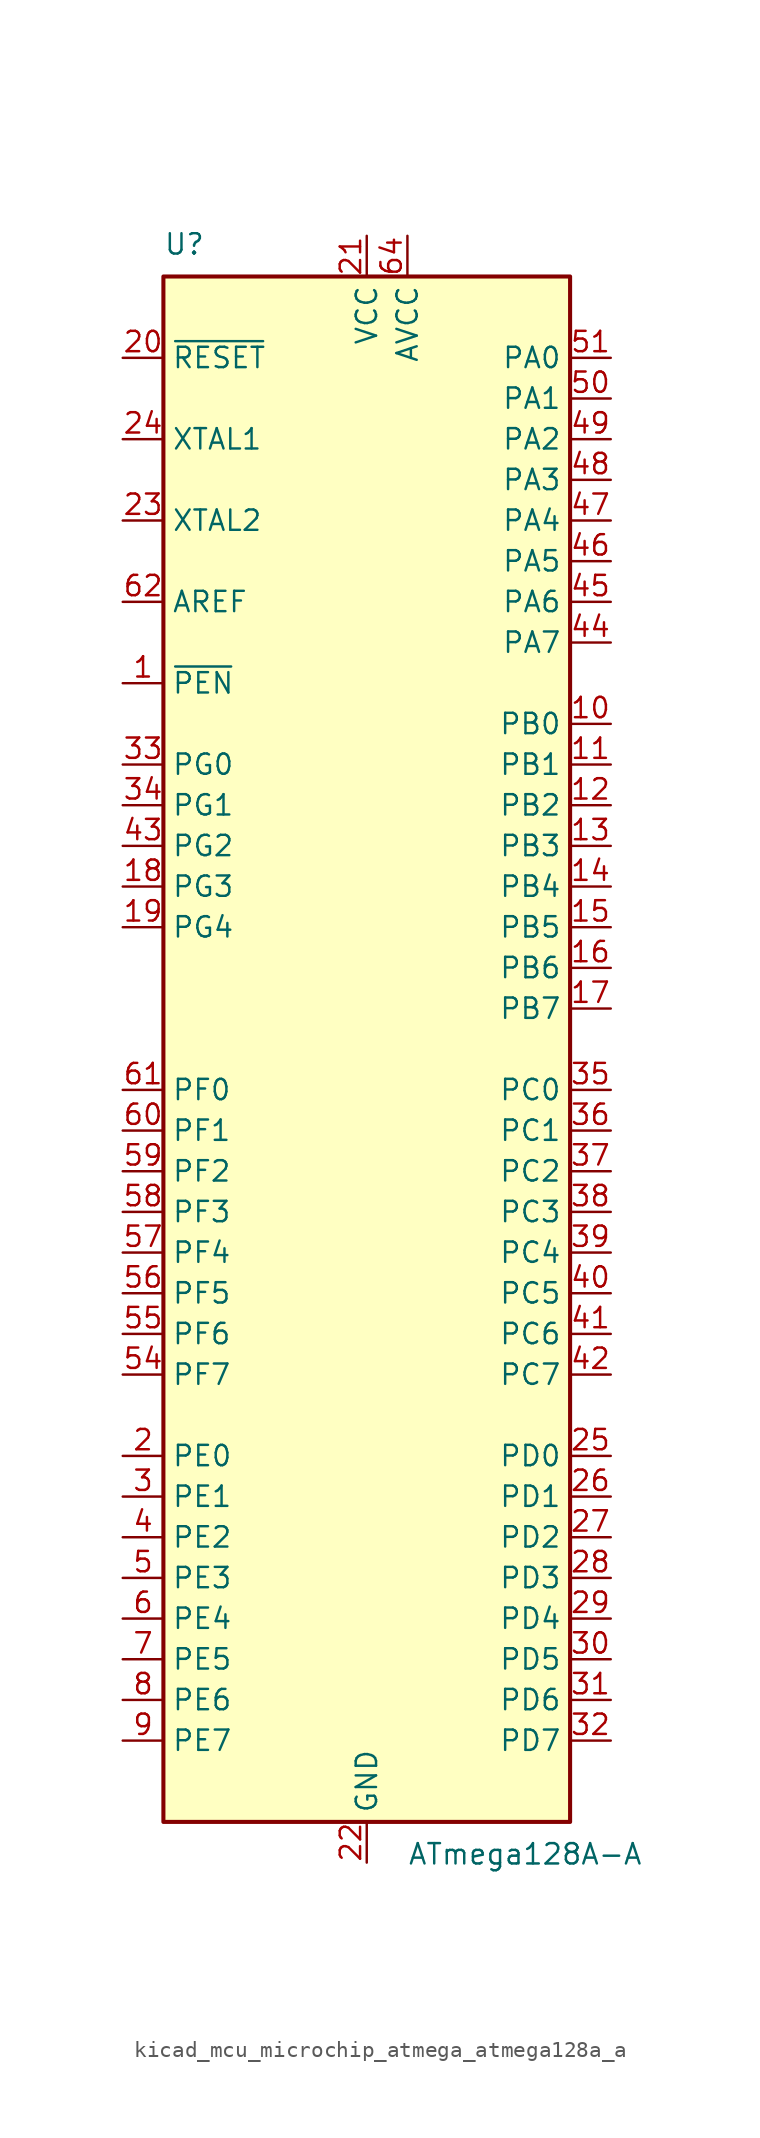
<source format=kicad_sym>
(kicad_symbol_lib
  (version 20220914)
  (generator kicad_symbol_editor)
  (symbol "kicad_mcu_microchip_atmega_atmega128a_a"
    (property "Reference" "U"
      (at -12.7 49.53 0)
      (effects (font (size 1.27 1.27)) (justify left bottom)))
    (property "Value" "ATmega128A-A"
      (at 2.54 -49.53 0)
      (effects (font (size 1.27 1.27)) (justify left top)))
    (symbol "kicad_mcu_microchip_atmega_atmega128a_a_0_1"
      (rectangle (start -12.7 -48.26) (end 12.7 48.26) (stroke (width 0.254) (type default)) (fill (type background))))
    (symbol "kicad_mcu_microchip_atmega_atmega128a_a_1_1"
      (pin input line (at -15.24 22.86 0) (length 2.54) (name "~{PEN}" (effects (font (size 1.27 1.27)))) (number "1" (effects (font (size 1.27 1.27)))))
      (pin bidirectional line (at 15.24 20.32 180) (length 2.54) (name "PB0" (effects (font (size 1.27 1.27)))) (number "10" (effects (font (size 1.27 1.27)))))
      (pin bidirectional line (at 15.24 17.78 180) (length 2.54) (name "PB1" (effects (font (size 1.27 1.27)))) (number "11" (effects (font (size 1.27 1.27)))))
      (pin bidirectional line (at 15.24 15.24 180) (length 2.54) (name "PB2" (effects (font (size 1.27 1.27)))) (number "12" (effects (font (size 1.27 1.27)))))
      (pin bidirectional line (at 15.24 12.7 180) (length 2.54) (name "PB3" (effects (font (size 1.27 1.27)))) (number "13" (effects (font (size 1.27 1.27)))))
      (pin bidirectional line (at 15.24 10.16 180) (length 2.54) (name "PB4" (effects (font (size 1.27 1.27)))) (number "14" (effects (font (size 1.27 1.27)))))
      (pin bidirectional line (at 15.24 7.62 180) (length 2.54) (name "PB5" (effects (font (size 1.27 1.27)))) (number "15" (effects (font (size 1.27 1.27)))))
      (pin bidirectional line (at 15.24 5.08 180) (length 2.54) (name "PB6" (effects (font (size 1.27 1.27)))) (number "16" (effects (font (size 1.27 1.27)))))
      (pin bidirectional line (at 15.24 2.54 180) (length 2.54) (name "PB7" (effects (font (size 1.27 1.27)))) (number "17" (effects (font (size 1.27 1.27)))))
      (pin bidirectional line (at -15.24 10.16 0) (length 2.54) (name "PG3" (effects (font (size 1.27 1.27)))) (number "18" (effects (font (size 1.27 1.27)))))
      (pin bidirectional line (at -15.24 7.62 0) (length 2.54) (name "PG4" (effects (font (size 1.27 1.27)))) (number "19" (effects (font (size 1.27 1.27)))))
      (pin bidirectional line (at -15.24 -25.4 0) (length 2.54) (name "PE0" (effects (font (size 1.27 1.27)))) (number "2" (effects (font (size 1.27 1.27)))))
      (pin input line (at -15.24 43.18 0) (length 2.54) (name "~{RESET}" (effects (font (size 1.27 1.27)))) (number "20" (effects (font (size 1.27 1.27)))))
      (pin power_in line (at 0 50.8 270) (length 2.54) (name "VCC" (effects (font (size 1.27 1.27)))) (number "21" (effects (font (size 1.27 1.27)))))
      (pin power_in line (at 0 -50.8 90) (length 2.54) (name "GND" (effects (font (size 1.27 1.27)))) (number "22" (effects (font (size 1.27 1.27)))))
      (pin output line (at -15.24 33.02 0) (length 2.54) (name "XTAL2" (effects (font (size 1.27 1.27)))) (number "23" (effects (font (size 1.27 1.27)))))
      (pin input line (at -15.24 38.1 0) (length 2.54) (name "XTAL1" (effects (font (size 1.27 1.27)))) (number "24" (effects (font (size 1.27 1.27)))))
      (pin bidirectional line (at 15.24 -25.4 180) (length 2.54) (name "PD0" (effects (font (size 1.27 1.27)))) (number "25" (effects (font (size 1.27 1.27)))))
      (pin bidirectional line (at 15.24 -27.94 180) (length 2.54) (name "PD1" (effects (font (size 1.27 1.27)))) (number "26" (effects (font (size 1.27 1.27)))))
      (pin bidirectional line (at 15.24 -30.48 180) (length 2.54) (name "PD2" (effects (font (size 1.27 1.27)))) (number "27" (effects (font (size 1.27 1.27)))))
      (pin bidirectional line (at 15.24 -33.02 180) (length 2.54) (name "PD3" (effects (font (size 1.27 1.27)))) (number "28" (effects (font (size 1.27 1.27)))))
      (pin bidirectional line (at 15.24 -35.56 180) (length 2.54) (name "PD4" (effects (font (size 1.27 1.27)))) (number "29" (effects (font (size 1.27 1.27)))))
      (pin bidirectional line (at -15.24 -27.94 0) (length 2.54) (name "PE1" (effects (font (size 1.27 1.27)))) (number "3" (effects (font (size 1.27 1.27)))))
      (pin bidirectional line (at 15.24 -38.1 180) (length 2.54) (name "PD5" (effects (font (size 1.27 1.27)))) (number "30" (effects (font (size 1.27 1.27)))))
      (pin bidirectional line (at 15.24 -40.64 180) (length 2.54) (name "PD6" (effects (font (size 1.27 1.27)))) (number "31" (effects (font (size 1.27 1.27)))))
      (pin bidirectional line (at 15.24 -43.18 180) (length 2.54) (name "PD7" (effects (font (size 1.27 1.27)))) (number "32" (effects (font (size 1.27 1.27)))))
      (pin bidirectional line (at -15.24 17.78 0) (length 2.54) (name "PG0" (effects (font (size 1.27 1.27)))) (number "33" (effects (font (size 1.27 1.27)))))
      (pin bidirectional line (at -15.24 15.24 0) (length 2.54) (name "PG1" (effects (font (size 1.27 1.27)))) (number "34" (effects (font (size 1.27 1.27)))))
      (pin bidirectional line (at 15.24 -2.54 180) (length 2.54) (name "PC0" (effects (font (size 1.27 1.27)))) (number "35" (effects (font (size 1.27 1.27)))))
      (pin bidirectional line (at 15.24 -5.08 180) (length 2.54) (name "PC1" (effects (font (size 1.27 1.27)))) (number "36" (effects (font (size 1.27 1.27)))))
      (pin bidirectional line (at 15.24 -7.62 180) (length 2.54) (name "PC2" (effects (font (size 1.27 1.27)))) (number "37" (effects (font (size 1.27 1.27)))))
      (pin bidirectional line (at 15.24 -10.16 180) (length 2.54) (name "PC3" (effects (font (size 1.27 1.27)))) (number "38" (effects (font (size 1.27 1.27)))))
      (pin bidirectional line (at 15.24 -12.7 180) (length 2.54) (name "PC4" (effects (font (size 1.27 1.27)))) (number "39" (effects (font (size 1.27 1.27)))))
      (pin bidirectional line (at -15.24 -30.48 0) (length 2.54) (name "PE2" (effects (font (size 1.27 1.27)))) (number "4" (effects (font (size 1.27 1.27)))))
      (pin bidirectional line (at 15.24 -15.24 180) (length 2.54) (name "PC5" (effects (font (size 1.27 1.27)))) (number "40" (effects (font (size 1.27 1.27)))))
      (pin bidirectional line (at 15.24 -17.78 180) (length 2.54) (name "PC6" (effects (font (size 1.27 1.27)))) (number "41" (effects (font (size 1.27 1.27)))))
      (pin bidirectional line (at 15.24 -20.32 180) (length 2.54) (name "PC7" (effects (font (size 1.27 1.27)))) (number "42" (effects (font (size 1.27 1.27)))))
      (pin bidirectional line (at -15.24 12.7 0) (length 2.54) (name "PG2" (effects (font (size 1.27 1.27)))) (number "43" (effects (font (size 1.27 1.27)))))
      (pin bidirectional line (at 15.24 25.4 180) (length 2.54) (name "PA7" (effects (font (size 1.27 1.27)))) (number "44" (effects (font (size 1.27 1.27)))))
      (pin bidirectional line (at 15.24 27.94 180) (length 2.54) (name "PA6" (effects (font (size 1.27 1.27)))) (number "45" (effects (font (size 1.27 1.27)))))
      (pin bidirectional line (at 15.24 30.48 180) (length 2.54) (name "PA5" (effects (font (size 1.27 1.27)))) (number "46" (effects (font (size 1.27 1.27)))))
      (pin bidirectional line (at 15.24 33.02 180) (length 2.54) (name "PA4" (effects (font (size 1.27 1.27)))) (number "47" (effects (font (size 1.27 1.27)))))
      (pin bidirectional line (at 15.24 35.56 180) (length 2.54) (name "PA3" (effects (font (size 1.27 1.27)))) (number "48" (effects (font (size 1.27 1.27)))))
      (pin bidirectional line (at 15.24 38.1 180) (length 2.54) (name "PA2" (effects (font (size 1.27 1.27)))) (number "49" (effects (font (size 1.27 1.27)))))
      (pin bidirectional line (at -15.24 -33.02 0) (length 2.54) (name "PE3" (effects (font (size 1.27 1.27)))) (number "5" (effects (font (size 1.27 1.27)))))
      (pin bidirectional line (at 15.24 40.64 180) (length 2.54) (name "PA1" (effects (font (size 1.27 1.27)))) (number "50" (effects (font (size 1.27 1.27)))))
      (pin bidirectional line (at 15.24 43.18 180) (length 2.54) (name "PA0" (effects (font (size 1.27 1.27)))) (number "51" (effects (font (size 1.27 1.27)))))
      (pin passive line (at 0 50.8 270) (length 2.54) hide (name "VCC" (effects (font (size 1.27 1.27)))) (number "52" (effects (font (size 1.27 1.27)))))
      (pin passive line (at 0 -50.8 90) (length 2.54) hide (name "GND" (effects (font (size 1.27 1.27)))) (number "53" (effects (font (size 1.27 1.27)))))
      (pin bidirectional line (at -15.24 -20.32 0) (length 2.54) (name "PF7" (effects (font (size 1.27 1.27)))) (number "54" (effects (font (size 1.27 1.27)))))
      (pin bidirectional line (at -15.24 -17.78 0) (length 2.54) (name "PF6" (effects (font (size 1.27 1.27)))) (number "55" (effects (font (size 1.27 1.27)))))
      (pin bidirectional line (at -15.24 -15.24 0) (length 2.54) (name "PF5" (effects (font (size 1.27 1.27)))) (number "56" (effects (font (size 1.27 1.27)))))
      (pin bidirectional line (at -15.24 -12.7 0) (length 2.54) (name "PF4" (effects (font (size 1.27 1.27)))) (number "57" (effects (font (size 1.27 1.27)))))
      (pin bidirectional line (at -15.24 -10.16 0) (length 2.54) (name "PF3" (effects (font (size 1.27 1.27)))) (number "58" (effects (font (size 1.27 1.27)))))
      (pin bidirectional line (at -15.24 -7.62 0) (length 2.54) (name "PF2" (effects (font (size 1.27 1.27)))) (number "59" (effects (font (size 1.27 1.27)))))
      (pin bidirectional line (at -15.24 -35.56 0) (length 2.54) (name "PE4" (effects (font (size 1.27 1.27)))) (number "6" (effects (font (size 1.27 1.27)))))
      (pin bidirectional line (at -15.24 -5.08 0) (length 2.54) (name "PF1" (effects (font (size 1.27 1.27)))) (number "60" (effects (font (size 1.27 1.27)))))
      (pin bidirectional line (at -15.24 -2.54 0) (length 2.54) (name "PF0" (effects (font (size 1.27 1.27)))) (number "61" (effects (font (size 1.27 1.27)))))
      (pin passive line (at -15.24 27.94 0) (length 2.54) (name "AREF" (effects (font (size 1.27 1.27)))) (number "62" (effects (font (size 1.27 1.27)))))
      (pin passive line (at 0 -50.8 90) (length 2.54) hide (name "GND" (effects (font (size 1.27 1.27)))) (number "63" (effects (font (size 1.27 1.27)))))
      (pin power_in line (at 2.54 50.8 270) (length 2.54) (name "AVCC" (effects (font (size 1.27 1.27)))) (number "64" (effects (font (size 1.27 1.27)))))
      (pin bidirectional line (at -15.24 -38.1 0) (length 2.54) (name "PE5" (effects (font (size 1.27 1.27)))) (number "7" (effects (font (size 1.27 1.27)))))
      (pin bidirectional line (at -15.24 -40.64 0) (length 2.54) (name "PE6" (effects (font (size 1.27 1.27)))) (number "8" (effects (font (size 1.27 1.27)))))
      (pin bidirectional line (at -15.24 -43.18 0) (length 2.54) (name "PE7" (effects (font (size 1.27 1.27)))) (number "9" (effects (font (size 1.27 1.27))))))))
</source>
